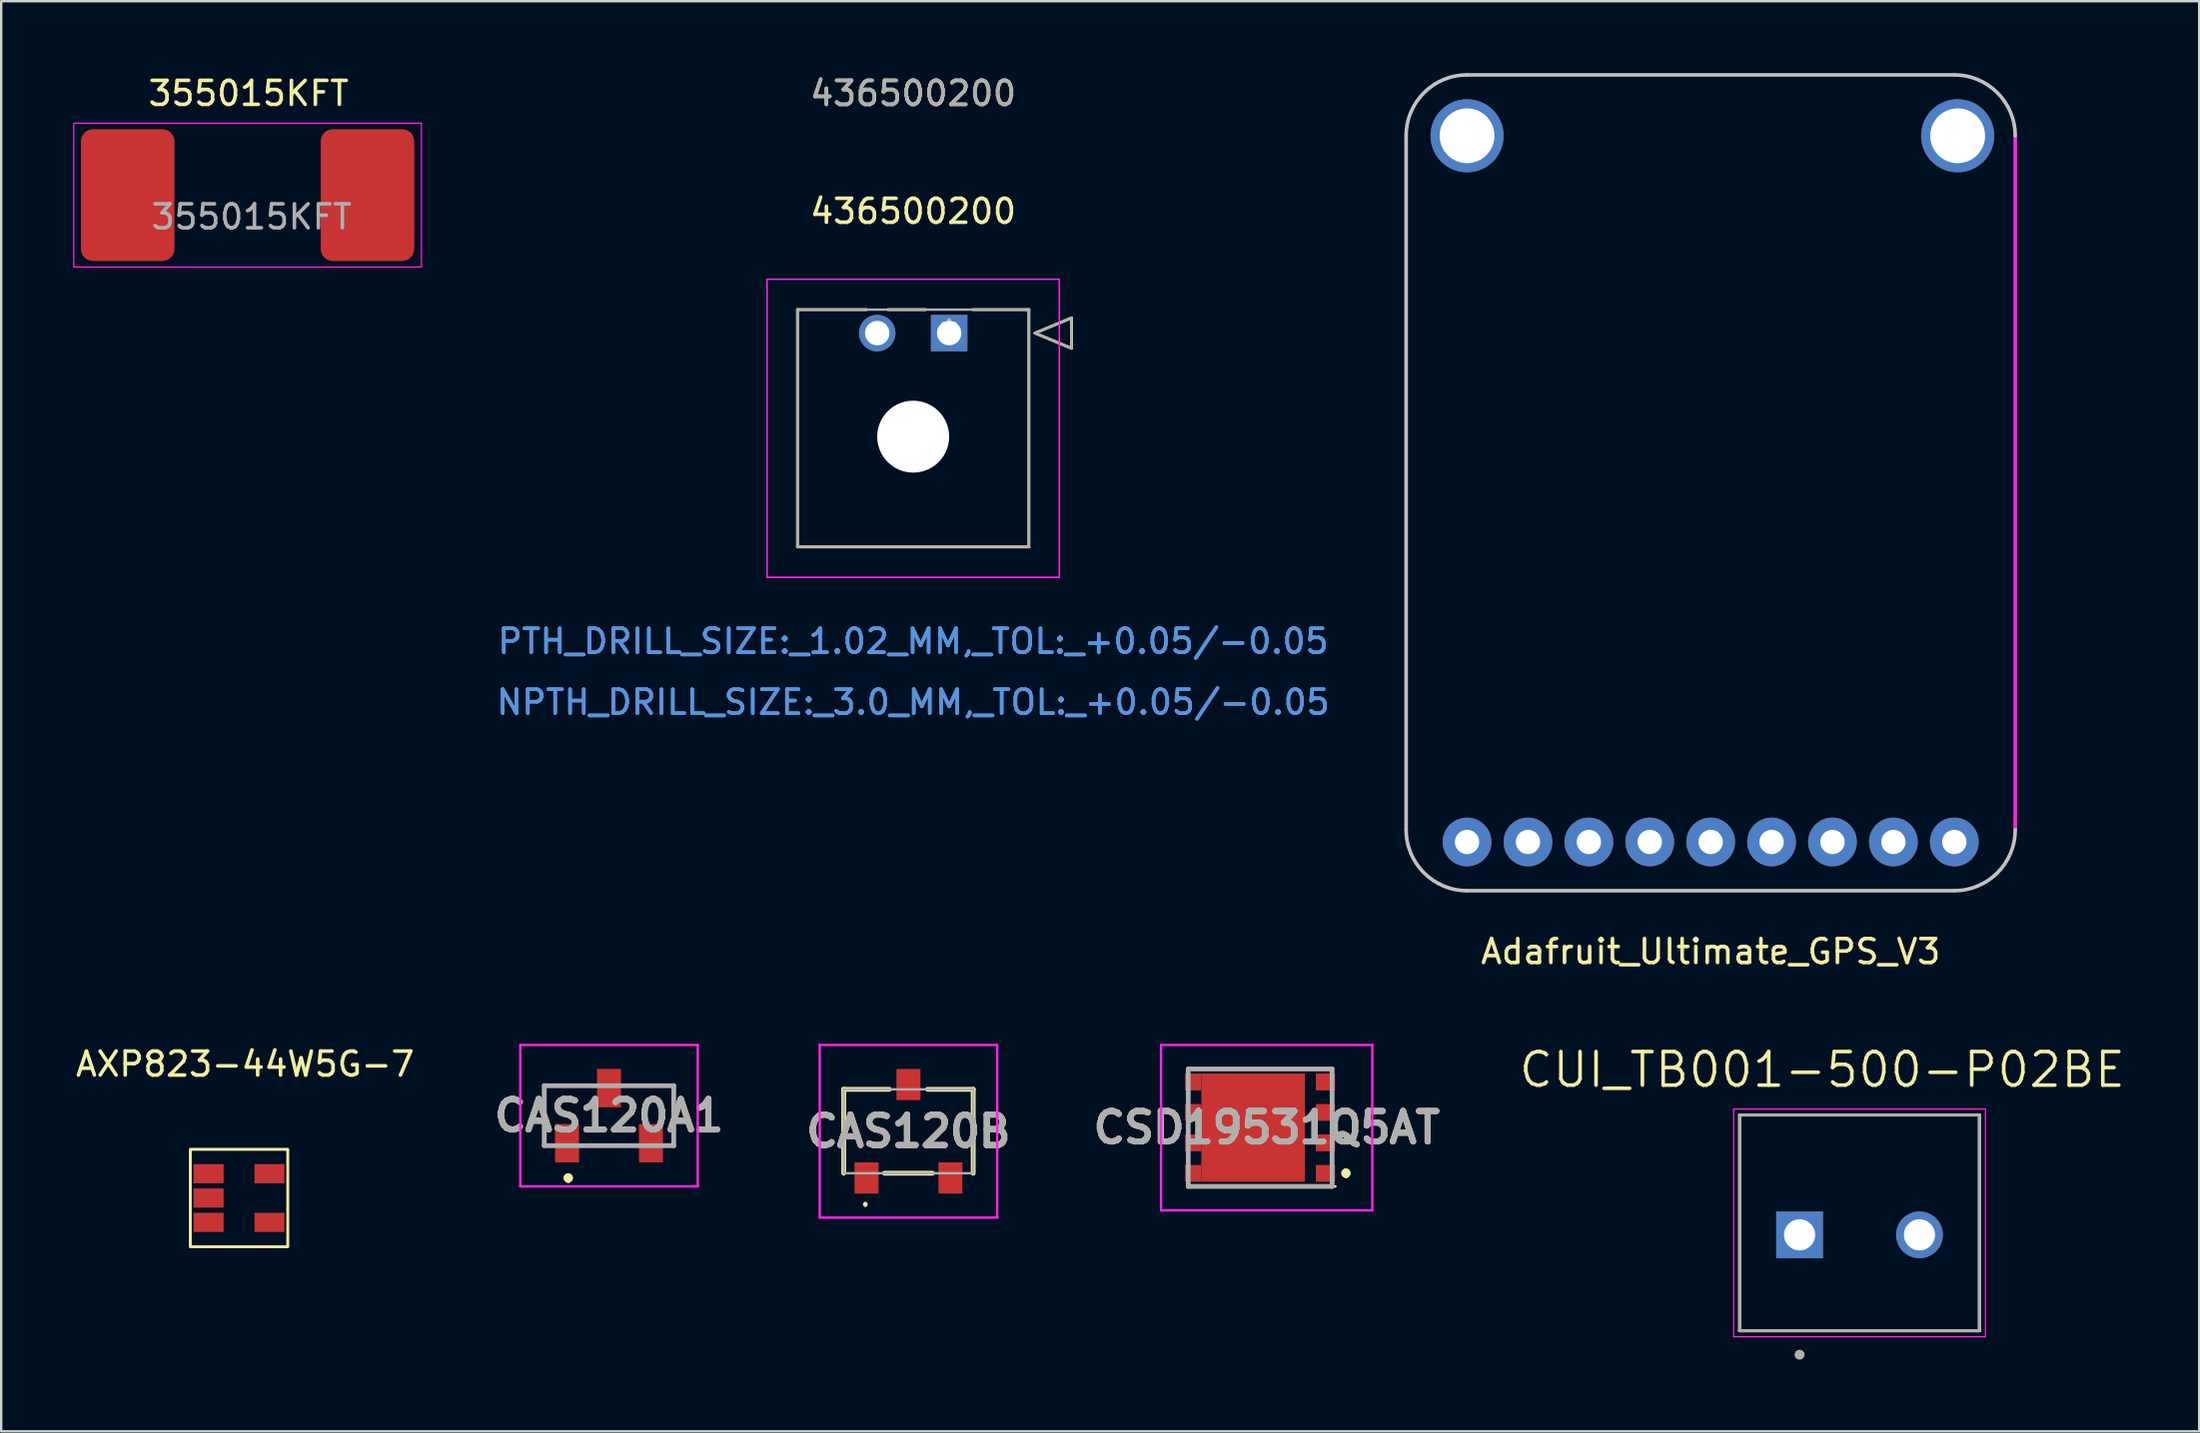
<source format=kicad_pcb>
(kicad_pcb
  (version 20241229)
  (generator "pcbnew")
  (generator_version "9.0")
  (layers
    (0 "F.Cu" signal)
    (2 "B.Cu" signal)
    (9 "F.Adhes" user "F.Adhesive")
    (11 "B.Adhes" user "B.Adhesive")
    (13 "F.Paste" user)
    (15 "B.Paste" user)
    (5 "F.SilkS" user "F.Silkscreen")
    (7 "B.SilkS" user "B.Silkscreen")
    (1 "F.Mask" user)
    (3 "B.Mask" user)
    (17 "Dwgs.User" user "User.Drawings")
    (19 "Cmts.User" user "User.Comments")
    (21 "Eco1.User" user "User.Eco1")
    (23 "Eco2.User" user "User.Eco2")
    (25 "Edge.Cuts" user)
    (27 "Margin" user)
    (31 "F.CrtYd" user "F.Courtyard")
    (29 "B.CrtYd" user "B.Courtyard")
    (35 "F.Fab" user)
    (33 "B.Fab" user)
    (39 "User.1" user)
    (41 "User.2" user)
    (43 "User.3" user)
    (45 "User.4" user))
  (footprint "Adafruit_Ultimate_GPS_V3"
    (layer "F.Cu")
    (at 68.289 34.111)
    (property "Reference" "Adafruit_Ultimate_GPS_V3" (at 0 2.54 0) (layer "F.SilkS") (effects (font (size 1 1) (thickness 0.15))))
    (attr through_hole)
    (fp_line (start -12.7 -2.54) (end -12.7 -31.496) (stroke (width 0.15) (type solid)) (layer "Dwgs.User"))
    (fp_line (start -10.16 -34.036) (end 10.16 -34.036) (stroke (width 0.15) (type solid)) (layer "Dwgs.User"))
    (fp_line (start 10.16 0) (end -10.16 0) (stroke (width 0.15) (type solid)) (layer "Dwgs.User"))
    (fp_arc (start -12.7 -31.496) (mid -11.956051 -33.292051) (end -10.16 -34.036) (stroke (width 0.15) (type solid)) (layer "Dwgs.User"))
    (fp_arc (start -10.16 0) (mid -11.956051 -0.743949) (end -12.7 -2.54) (stroke (width 0.15) (type solid)) (layer "Dwgs.User"))
    (fp_arc (start 10.16 -34.036) (mid 11.956051 -33.292051) (end 12.7 -31.496) (stroke (width 0.15) (type solid)) (layer "Dwgs.User"))
    (fp_arc (start 12.7 -2.54) (mid 11.956051 -0.743949) (end 10.16 0) (stroke (width 0.15) (type solid)) (layer "Dwgs.User"))
    (fp_line (start 12.7 -31.496) (end 12.7 -2.54) (stroke (width 0.15) (type solid)) (layer "F.CrtYd"))
    (pad "" np_thru_hole circle (at -10.16 -31.496) (size 3.048 3.048) (drill 2.286) (layers "*.Cu" "*.Mask"))
    (pad "" np_thru_hole circle (at 10.3 -31.496) (size 3.048 3.048) (drill 2.286) (layers "*.Cu" "*.Mask"))
    (pad "1" thru_hole circle (at -10.16 -2.032) (size 2.032 2.032) (drill 1.016) (layers "*.Cu" "*.Mask"))
    (pad "2" thru_hole circle (at -7.62 -2.032) (size 2.032 2.032) (drill 1.016) (layers "*.Cu" "*.Mask"))
    (pad "3" thru_hole circle (at -5.08 -2.032) (size 2.032 2.032) (drill 1.016) (layers "*.Cu" "*.Mask"))
    (pad "4" thru_hole circle (at -2.54 -2.032) (size 2.032 2.032) (drill 1.016) (layers "*.Cu" "*.Mask"))
    (pad "5" thru_hole circle (at 0 -2.032) (size 2.032 2.032) (drill 1.016) (layers "*.Cu" "*.Mask"))
    (pad "6" thru_hole circle (at 2.54 -2.032 90) (size 2.032 2.032) (drill 1.016) (layers "*.Cu" "*.Mask"))
    (pad "7" thru_hole circle (at 5.08 -2.032) (size 2.032 2.032) (drill 1.016) (layers "*.Cu" "*.Mask"))
    (pad "8" thru_hole circle (at 7.62 -2.032) (size 2.032 2.032) (drill 1.016) (layers "*.Cu" "*.Mask"))
    (pad "9" thru_hole circle (at 10.16 -2.032) (size 2.032 2.032) (drill 1.016) (layers "*.Cu" "*.Mask")))
  (footprint "CUI_TB001-500-P02BE"
    (layer "F.Cu")
    (at 71.997 48.471)
    (property "Reference" "CUI_TB001-500-P02BE" (at 0.945 -6.889 0) (layer "F.SilkS") (effects (font (size 1.4 1.4) (thickness 0.15))))
    (attr through_hole)
    (fp_line (start -2.5 -5) (end 7.5 -5) (stroke (width 0.127) (type solid)) (layer "F.SilkS"))
    (fp_line (start -2.5 4) (end -2.5 -5) (stroke (width 0.127) (type solid)) (layer "F.SilkS"))
    (fp_line (start 7.5 -5) (end 7.5 4) (stroke (width 0.127) (type solid)) (layer "F.SilkS"))
    (fp_line (start 7.5 4) (end -2.5 4) (stroke (width 0.127) (type solid)) (layer "F.SilkS"))
    (fp_circle (center 0 5) (end 0.1 5) (stroke (width 0.2) (type solid)) (fill no) (layer "F.SilkS"))
    (fp_line (start -2.75 -5.25) (end 7.75 -5.25) (stroke (width 0.05) (type solid)) (layer "F.CrtYd"))
    (fp_line (start -2.75 4.25) (end -2.75 -5.25) (stroke (width 0.05) (type solid)) (layer "F.CrtYd"))
    (fp_line (start 7.75 -5.25) (end 7.75 4.25) (stroke (width 0.05) (type solid)) (layer "F.CrtYd"))
    (fp_line (start 7.75 4.25) (end -2.75 4.25) (stroke (width 0.05) (type solid)) (layer "F.CrtYd"))
    (fp_line (start -2.5 -5) (end 7.5 -5) (stroke (width 0.127) (type solid)) (layer "F.Fab"))
    (fp_line (start -2.5 4) (end -2.5 -5) (stroke (width 0.127) (type solid)) (layer "F.Fab"))
    (fp_line (start 7.5 -5) (end 7.5 4) (stroke (width 0.127) (type solid)) (layer "F.Fab"))
    (fp_line (start 7.5 4) (end -2.5 4) (stroke (width 0.127) (type solid)) (layer "F.Fab"))
    (fp_circle (center 0 5) (end 0.1 5) (stroke (width 0.2) (type solid)) (fill no) (layer "F.Fab"))
    (pad "1" thru_hole rect (at 0 0) (size 1.95 1.95) (drill 1.3) (layers "*.Cu" "*.Mask"))
    (pad "2" thru_hole circle (at 5 0) (size 1.95 1.95) (drill 1.3) (layers "*.Cu" "*.Mask")))
  (footprint "CAS120B"
    (layer "F.Cu")
    (at 34.835 44.149)
    (property "Reference" "CAS120B" (at 0 0 0) (layer "F.SilkS") (effects (font (size 1.27 1.27) (thickness 0.254))))
    (attr smd)
    (fp_line (start -2.7 -1.75) (end -2.7 1.75) (stroke (width 0.2) (type solid)) (layer "F.SilkS"))
    (fp_line (start -1.8 3) (end -1.8 3) (stroke (width 0.1) (type solid)) (layer "F.SilkS"))
    (fp_line (start -1.8 3.1) (end -1.8 3.1) (stroke (width 0.1) (type solid)) (layer "F.SilkS"))
    (fp_line (start -1 1.75) (end 1 1.75) (stroke (width 0.2) (type solid)) (layer "F.SilkS"))
    (fp_line (start -0.8 -1.75) (end -2.7 -1.75) (stroke (width 0.2) (type solid)) (layer "F.SilkS"))
    (fp_line (start 0.8 -1.75) (end 2.7 -1.75) (stroke (width 0.2) (type solid)) (layer "F.SilkS"))
    (fp_line (start 2.7 -1.75) (end 2.7 1.75) (stroke (width 0.2) (type solid)) (layer "F.SilkS"))
    (fp_arc (start -1.8 3) (mid -1.75 3.05) (end -1.8 3.1) (stroke (width 0.1) (type solid)) (layer "F.SilkS"))
    (fp_arc (start -1.8 3.1) (mid -1.85 3.05) (end -1.8 3) (stroke (width 0.1) (type solid)) (layer "F.SilkS"))
    (fp_line (start -3.7 -3.6) (end 3.7 -3.6) (stroke (width 0.1) (type solid)) (layer "F.CrtYd"))
    (fp_line (start -3.7 3.6) (end -3.7 -3.6) (stroke (width 0.1) (type solid)) (layer "F.CrtYd"))
    (fp_line (start 3.7 -3.6) (end 3.7 3.6) (stroke (width 0.1) (type solid)) (layer "F.CrtYd"))
    (fp_line (start 3.7 3.6) (end -3.7 3.6) (stroke (width 0.1) (type solid)) (layer "F.CrtYd"))
    (fp_line (start -2.7 -1.75) (end 2.7 -1.75) (stroke (width 0.1) (type solid)) (layer "F.Fab"))
    (fp_line (start -2.7 1.75) (end -2.7 -1.75) (stroke (width 0.1) (type solid)) (layer "F.Fab"))
    (fp_line (start 2.7 -1.75) (end 2.7 1.75) (stroke (width 0.1) (type solid)) (layer "F.Fab"))
    (fp_line (start 2.7 1.75) (end -2.7 1.75) (stroke (width 0.1) (type solid)) (layer "F.Fab"))
    (fp_text user "${REFERENCE}" (at 0 0 0) (layer "F.Fab") (effects (font (size 1.27 1.27) (thickness 0.254))))
    (pad "1" smd rect (at -1.75 1.95) (size 1 1.3) (layers "F.Cu" "F.Mask" "F.Paste"))
    (pad "2" smd rect (at 0 -1.95) (size 1 1.3) (layers "F.Cu" "F.Mask" "F.Paste"))
    (pad "3" smd rect (at 1.75 1.95) (size 1 1.3) (layers "F.Cu" "F.Mask" "F.Paste")))
  (footprint "436500200"
    (layer "F.Cu")
    (at 36.532 10.848)
    (property "Reference" "436500200" (at -1.5 -5.08 0) (layer "F.SilkS") (effects (font (size 1 1) (thickness 0.15))))
    (attr through_hole)
    (fp_line (start -6.325 -0.98) (end -6.325 8.92) (stroke (width 0.12) (type solid)) (layer "F.SilkS"))
    (fp_line (start -6.325 8.92) (end 3.325 8.92) (stroke (width 0.12) (type solid)) (layer "F.SilkS"))
    (fp_line (start -3.448 -0.98) (end -6.325 -0.98) (stroke (width 0.12) (type solid)) (layer "F.SilkS"))
    (fp_line (start -0.989 -0.98) (end -2.552 -0.98) (stroke (width 0.12) (type solid)) (layer "F.SilkS"))
    (fp_line (start 3.325 -0.98) (end 0.989 -0.98) (stroke (width 0.12) (type solid)) (layer "F.SilkS"))
    (fp_line (start 3.325 8.92) (end 3.325 -0.98) (stroke (width 0.12) (type solid)) (layer "F.SilkS"))
    (fp_line (start 3.579 0) (end 5.103 -0.635) (stroke (width 0.12) (type solid)) (layer "F.SilkS"))
    (fp_line (start 5.103 -0.635) (end 5.103 0.635) (stroke (width 0.12) (type solid)) (layer "F.SilkS"))
    (fp_line (start 5.103 0.635) (end 3.579 0) (stroke (width 0.12) (type solid)) (layer "F.SilkS"))
    (fp_line (start -7.595 -2.25) (end -7.595 10.19) (stroke (width 0.05) (type solid)) (layer "F.CrtYd"))
    (fp_line (start -7.595 -2.25) (end -7.595 10.19) (stroke (width 0.05) (type solid)) (layer "F.CrtYd"))
    (fp_line (start -7.595 10.19) (end 4.595 10.19) (stroke (width 0.05) (type solid)) (layer "F.CrtYd"))
    (fp_line (start -7.595 10.19) (end 4.595 10.19) (stroke (width 0.05) (type solid)) (layer "F.CrtYd"))
    (fp_line (start 4.595 -2.25) (end -7.595 -2.25) (stroke (width 0.05) (type solid)) (layer "F.CrtYd"))
    (fp_line (start 4.595 -2.25) (end -7.595 -2.25) (stroke (width 0.05) (type solid)) (layer "F.CrtYd"))
    (fp_line (start 4.595 10.19) (end 4.595 -2.25) (stroke (width 0.05) (type solid)) (layer "F.CrtYd"))
    (fp_line (start 4.595 10.19) (end 4.595 -2.25) (stroke (width 0.05) (type solid)) (layer "F.CrtYd"))
    (fp_line (start -6.325 -0.98) (end -6.325 8.92) (stroke (width 0.1) (type solid)) (layer "F.Fab"))
    (fp_line (start -6.325 8.92) (end 3.325 8.92) (stroke (width 0.1) (type solid)) (layer "F.Fab"))
    (fp_line (start 3.325 -0.98) (end -6.325 -0.98) (stroke (width 0.1) (type solid)) (layer "F.Fab"))
    (fp_line (start 3.325 8.92) (end 3.325 -0.98) (stroke (width 0.1) (type solid)) (layer "F.Fab"))
    (fp_line (start 3.579 0) (end 5.103 -0.635) (stroke (width 0.1) (type solid)) (layer "F.Fab"))
    (fp_line (start 5.103 -0.635) (end 5.103 0.635) (stroke (width 0.1) (type solid)) (layer "F.Fab"))
    (fp_line (start 5.103 0.635) (end 3.579 0) (stroke (width 0.1) (type solid)) (layer "F.Fab"))
    (fp_text user "*" (at 0 0 0) (layer "F.SilkS") (effects (font (size 1 1) (thickness 0.15))))
    (fp_text user "436500200" (at -1.5 -10 0) (layer "F.SilkS") (effects (font (size 1 1) (thickness 0.15))))
    (fp_text user "PTH_DRILL_SIZE:_1.02_MM,_TOL:_+0.05/-0.05" (at -1.5 12.86 0) (layer "Cmts.User") (effects (font (size 1 1) (thickness 0.15))))
    (fp_text user "PTH_DRILL_SIZE:_1.02_MM,_TOL:_+0.05/-0.05" (at -1.5 12.86 0) (layer "Cmts.User") (effects (font (size 1 1) (thickness 0.15))))
    (fp_text user "NPTH_DRILL_SIZE:_3.0_MM,_TOL:_+0.05/-0.05" (at -1.5 15.4 0) (layer "Cmts.User") (effects (font (size 1 1) (thickness 0.15))))
    (fp_text user "Copyright 2021 Accelerated Designs. All rights reserved." (at 0 0 0) (layer "Cmts.User") (effects (font (size 0.127 0.127) (thickness 0.002))))
    (fp_text user "NPTH_DRILL_SIZE:_3.0_MM,_TOL:_+0.05/-0.05" (at -1.5 15.4 0) (layer "Cmts.User") (effects (font (size 1 1) (thickness 0.15))))
    (fp_text user "*" (at 0 0 0) (layer "F.Fab") (effects (font (size 1 1) (thickness 0.15))))
    (fp_text user "436500200" (at -1.5 -10 0) (layer "F.Fab") (effects (font (size 1 1) (thickness 0.15))))
    (pad "" np_thru_hole circle (at -1.5 4.32) (size 3 3) (drill 3) (layers "*.Cu" "*.Mask"))
    (pad "1" thru_hole rect (at 0 0) (size 1.52 1.52) (drill 1.02) (layers "*.Cu" "*.Mask"))
    (pad "2" thru_hole circle (at -3 0) (size 1.52 1.52) (drill 1.02) (layers "*.Cu" "*.Mask")))
  (footprint "CAS120A1"
    (layer "F.Cu")
    (at 22.347 43.499)
    (property "Reference" "CAS120A1" (at 0 0 0) (layer "F.SilkS") (effects (font (size 1.27 1.27) (thickness 0.254))))
    (attr smd)
    (fp_line (start -2.7 -1.25) (end -1 -1.25) (stroke (width 0.1) (type solid)) (layer "F.SilkS"))
    (fp_line (start -2.7 1.15) (end -2.7 -1.25) (stroke (width 0.1) (type solid)) (layer "F.SilkS"))
    (fp_line (start -2.7 1.15) (end -2.7 1.15) (stroke (width 0.1) (type solid)) (layer "F.SilkS"))
    (fp_line (start -1.7 2.5) (end -1.7 2.5) (stroke (width 0.2) (type solid)) (layer "F.SilkS"))
    (fp_line (start -1.7 2.7) (end -1.7 2.7) (stroke (width 0.2) (type solid)) (layer "F.SilkS"))
    (fp_line (start -0.5 1.25) (end 0.5 1.25) (stroke (width 0.1) (type solid)) (layer "F.SilkS"))
    (fp_line (start 1 -1.25) (end 2.7 -1.25) (stroke (width 0.1) (type solid)) (layer "F.SilkS"))
    (fp_line (start 2.7 -1.25) (end 2.7 1) (stroke (width 0.1) (type solid)) (layer "F.SilkS"))
    (fp_arc (start -1.7 2.5) (mid -1.6 2.6) (end -1.7 2.7) (stroke (width 0.2) (type solid)) (layer "F.SilkS"))
    (fp_arc (start -1.7 2.7) (mid -1.8 2.6) (end -1.7 2.5) (stroke (width 0.2) (type solid)) (layer "F.SilkS"))
    (fp_line (start -3.7 -2.95) (end 3.7 -2.95) (stroke (width 0.1) (type solid)) (layer "F.CrtYd"))
    (fp_line (start -3.7 2.95) (end -3.7 -2.95) (stroke (width 0.1) (type solid)) (layer "F.CrtYd"))
    (fp_line (start 3.7 -2.95) (end 3.7 2.95) (stroke (width 0.1) (type solid)) (layer "F.CrtYd"))
    (fp_line (start 3.7 2.95) (end -3.7 2.95) (stroke (width 0.1) (type solid)) (layer "F.CrtYd"))
    (fp_line (start -2.7 -1.25) (end 2.7 -1.25) (stroke (width 0.2) (type solid)) (layer "F.Fab"))
    (fp_line (start -2.7 1.25) (end -2.7 -1.25) (stroke (width 0.2) (type solid)) (layer "F.Fab"))
    (fp_line (start 2.7 -1.25) (end 2.7 1.25) (stroke (width 0.2) (type solid)) (layer "F.Fab"))
    (fp_line (start 2.7 1.25) (end -2.7 1.25) (stroke (width 0.2) (type solid)) (layer "F.Fab"))
    (fp_text user "${REFERENCE}" (at 0 0 0) (layer "F.Fab") (effects (font (size 1.27 1.27) (thickness 0.254))))
    (pad "1" smd rect (at -1.75 1.15) (size 1 1.6) (layers "F.Cu" "F.Mask" "F.Paste"))
    (pad "2" smd rect (at 0 -1.15) (size 1 1.6) (layers "F.Cu" "F.Mask" "F.Paste"))
    (pad "3" smd rect (at 1.75 1.15) (size 1 1.6) (layers "F.Cu" "F.Mask" "F.Paste")))
  (footprint "AXP823-44W5G-7"
    (layer "F.Cu")
    (at 6.919 46.935)
    (property "Reference" "AXP823-44W5G-7" (at 0.254 -5.588 0) (unlocked yes) (layer "F.SilkS") (effects (font (size 1 1) (thickness 0.15))))
    (attr smd)
    (fp_rect (start 2.032 -2.032) (end -2.032 2.032) (stroke (width 0.12) (type solid)) (fill no) (layer "F.SilkS"))
    (pad "1" smd rect (at -1.27 -1.016 90) (size 0.8 1.25) (layers "F.Cu" "F.Mask" "F.Paste"))
    (pad "2" smd rect (at -1.27 0 90) (size 0.8 1.25) (layers "F.Cu" "F.Mask" "F.Paste"))
    (pad "3" smd rect (at -1.27 1.016 90) (size 0.8 1.25) (layers "F.Cu" "F.Mask" "F.Paste"))
    (pad "4" smd rect (at 1.27 1.016 90) (size 0.8 1.25) (layers "F.Cu" "F.Mask" "F.Paste"))
    (pad "5" smd rect (at 1.27 -1.016 90) (size 0.8 1.25) (layers "F.Cu" "F.Mask" "F.Paste")))
  (footprint "CSD19531Q5AT"
    (layer "F.Cu")
    (at 49.773 43.999)
    (property "Reference" "CSD19531Q5AT" (at 0 0 0) (layer "F.SilkS") (effects (font (size 1.27 1.27) (thickness 0.254))))
    (attr smd)
    (fp_line (start -3.271 -2.45) (end 2.704 -2.45) (stroke (width 0.1) (type solid)) (layer "F.SilkS"))
    (fp_line (start -3.271 2.45) (end 2.868 2.45) (stroke (width 0.1) (type solid)) (layer "F.SilkS"))
    (fp_line (start 3.304 1.8) (end 3.304 1.8) (stroke (width 0.2) (type solid)) (layer "F.SilkS"))
    (fp_line (start 3.304 2) (end 3.304 2) (stroke (width 0.2) (type solid)) (layer "F.SilkS"))
    (fp_arc (start 3.304 1.8) (mid 3.404 1.9) (end 3.304 2) (stroke (width 0.2) (type solid)) (layer "F.SilkS"))
    (fp_arc (start 3.304 2) (mid 3.204 1.9) (end 3.304 1.8) (stroke (width 0.2) (type solid)) (layer "F.SilkS"))
    (fp_line (start -4.404 -3.45) (end 4.404 -3.45) (stroke (width 0.1) (type solid)) (layer "F.CrtYd"))
    (fp_line (start -4.404 3.45) (end -4.404 -3.45) (stroke (width 0.1) (type solid)) (layer "F.CrtYd"))
    (fp_line (start 4.404 -3.45) (end 4.404 3.45) (stroke (width 0.1) (type solid)) (layer "F.CrtYd"))
    (fp_line (start 4.404 3.45) (end -4.404 3.45) (stroke (width 0.1) (type solid)) (layer "F.CrtYd"))
    (fp_line (start -3.271 -2.45) (end 2.729 -2.45) (stroke (width 0.2) (type solid)) (layer "F.Fab"))
    (fp_line (start -3.271 2.45) (end -3.271 -2.45) (stroke (width 0.2) (type solid)) (layer "F.Fab"))
    (fp_line (start 2.729 -2.45) (end 2.729 2.45) (stroke (width 0.2) (type solid)) (layer "F.Fab"))
    (fp_line (start 2.729 2.45) (end -3.271 2.45) (stroke (width 0.2) (type solid)) (layer "F.Fab"))
    (fp_text user "${REFERENCE}" (at 0 0 0) (layer "F.Fab") (effects (font (size 1.27 1.27) (thickness 0.254))))
    (pad "1" smd rect (at 2.451 1.905) (size 0.8 0.7) (layers "F.Cu" "F.Mask" "F.Paste"))
    (pad "2" smd rect (at 2.451 0.635) (size 0.8 0.7) (layers "F.Cu" "F.Mask" "F.Paste"))
    (pad "3" smd rect (at 2.451 -0.635) (size 0.8 0.7) (layers "F.Cu" "F.Mask" "F.Paste"))
    (pad "4" smd rect (at 2.451 -1.905) (size 0.8 0.7) (layers "F.Cu" "F.Mask" "F.Paste"))
    (pad "5" smd rect (at -3.064 -1.905) (size 0.68 0.7) (layers "F.Cu" "F.Mask" "F.Paste"))
    (pad "6" smd rect (at -3.064 -0.635) (size 0.68 0.7) (layers "F.Cu" "F.Mask" "F.Paste"))
    (pad "7" smd rect (at -3.064 0.635) (size 0.68 0.7) (layers "F.Cu" "F.Mask" "F.Paste"))
    (pad "8" smd rect (at -3.064 1.905) (size 0.68 0.7) (layers "F.Cu" "F.Mask" "F.Paste"))
    (pad "9" smd rect (at -0.564 0) (size 4.32 4.51) (layers "F.Cu" "F.Mask" "F.Paste")))
  (footprint "355015KFT"
    (layer "F.Cu")
    (at 7.275 2.09)
    (property "Reference" "355015KFT" (at 0.042 -1.242 0) (unlocked yes) (layer "F.SilkS") (effects (font (size 1 1) (thickness 0.15))))
    (attr smd)
    (fp_rect (start -7.25 0) (end 7.25 6) (stroke (width 0.05) (type solid)) (fill no) (layer "F.CrtYd"))
    (fp_text user "${REFERENCE}" (at 0.167 3.908 0) (unlocked yes) (layer "F.Fab") (effects (font (size 1 1) (thickness 0.15))))
    (pad "1" smd roundrect (at -5 3) (size 3.9 5.5) (layers "F.Cu" "F.Mask" "F.Paste") (roundrect_rratio 0.128))
    (pad "2" smd roundrect (at 5 3) (size 3.9 5.5) (layers "F.Cu" "F.Mask" "F.Paste") (roundrect_rratio 0.128)))
  (gr_rect
    (start -3 -3)
    (end 88.661 56.67)
    (stroke (width 0.1) (type default))
    (fill no)
    (layer "Edge.Cuts")))
</source>
